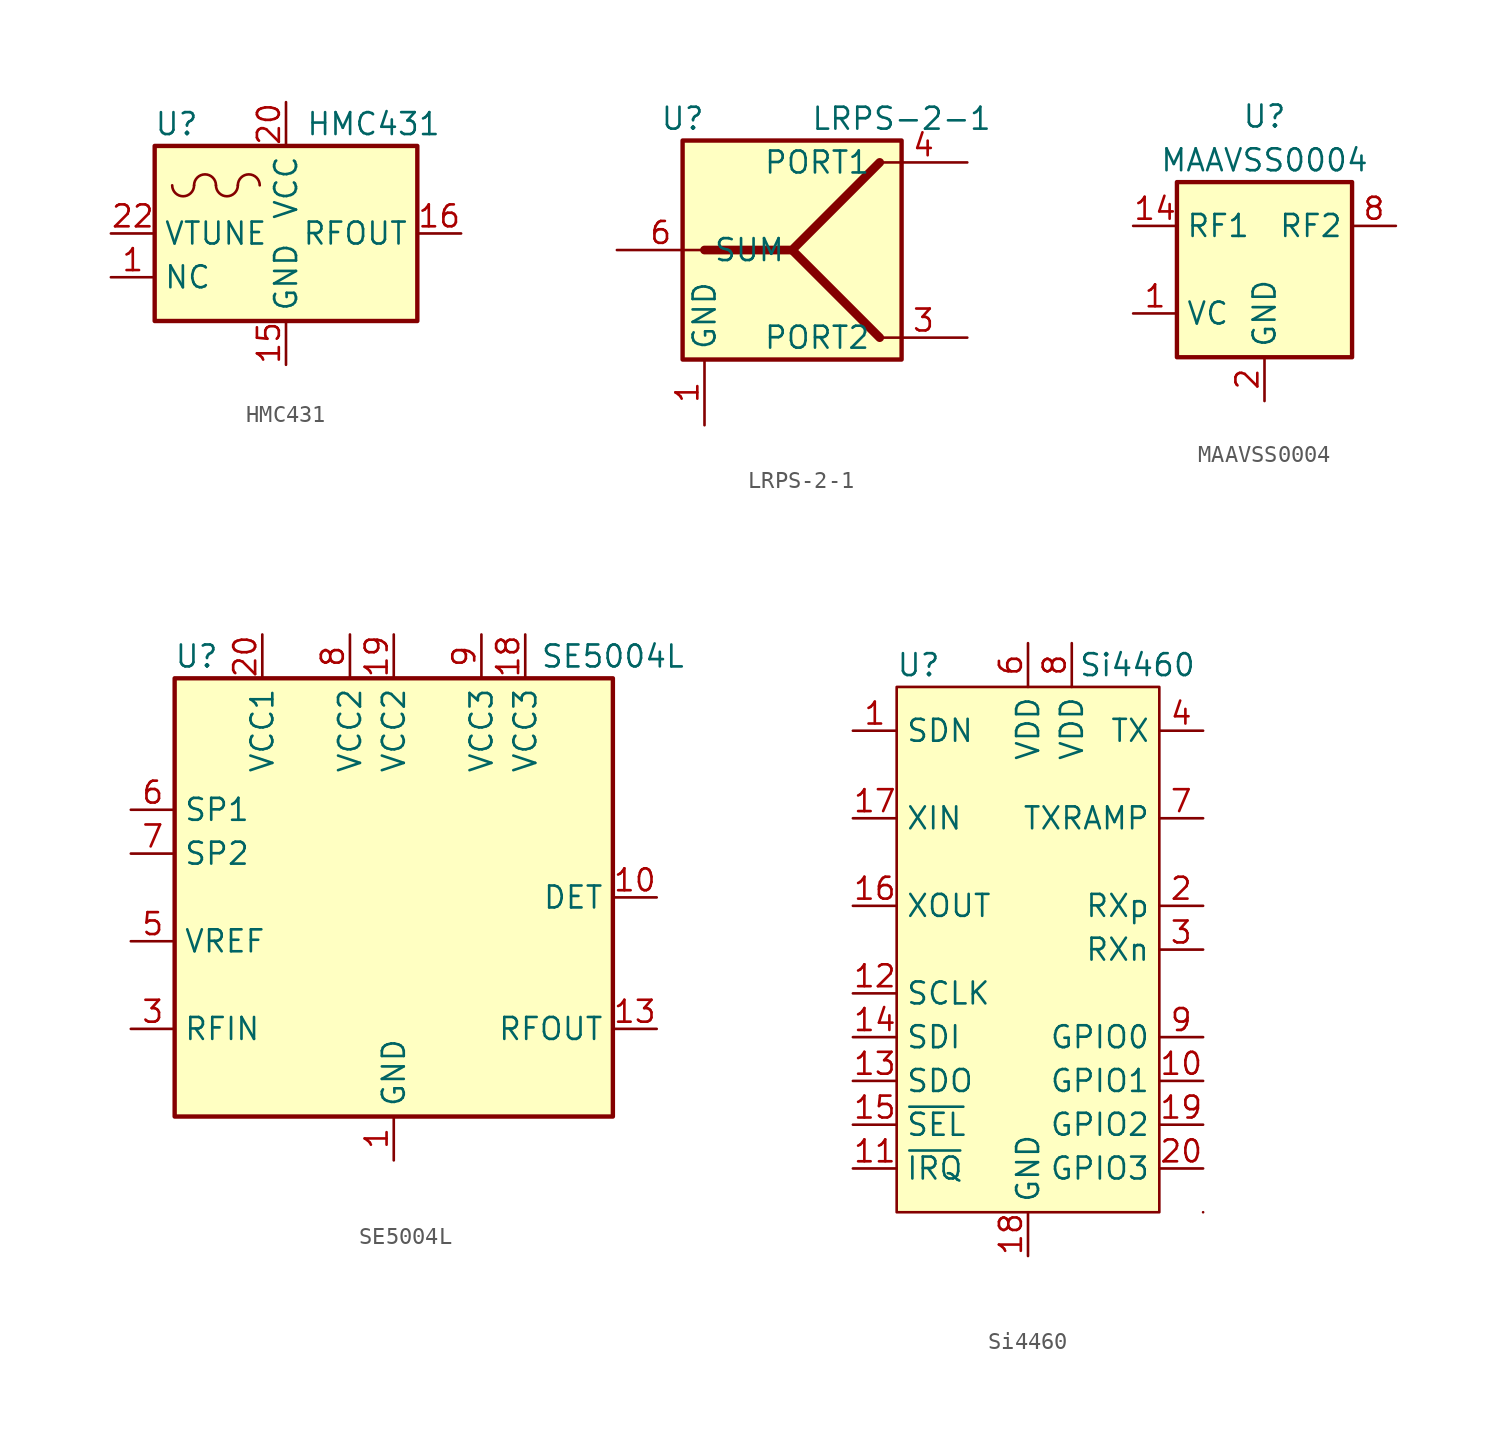
<source format=kicad_sym>
(kicad_symbol_lib
  (version 20201005)
  (generator kicad_symbol_editor)
  (symbol "HMC431"
    (property "Reference" "U"
      (at -6.35 6.35 0)
      (effects (font (size 1.27 1.27))))
    (property "Value" "HMC431"
      (at 5.08 6.35 0)
      (effects (font (size 1.27 1.27))))
    (symbol "HMC431_0_1"
      (arc (start -6.604 2.794) (end -5.334 2.794) (radius (at -5.969 2.794) (length 0.635) (angles -179.9 -0.1)) (stroke (width 0)) (fill (type none)))
      (arc (start -4.064 2.794) (end -5.334 2.794) (radius (at -4.699 2.794) (length 0.635) (angles 0.1 179.9)) (stroke (width 0)) (fill (type none)))
      (arc (start -4.064 2.794) (end -2.794 2.794) (radius (at -3.429 2.794) (length 0.635) (angles -179.9 -0.1)) (stroke (width 0)) (fill (type none)))
      (arc (start -1.524 2.794) (end -2.794 2.794) (radius (at -2.159 2.794) (length 0.635) (angles 0.1 179.9)) (stroke (width 0)) (fill (type none)))
      (rectangle (start -7.62 5.08) (end 7.62 -5.08) (stroke (width 0.254)) (fill (type background))))
    (symbol "HMC431_1_1"
      (pin passive line (at -10.16 -2.54 0) (length 2.54) (name "NC" (effects (font (size 1.27 1.27)))) (number "1" (effects (font (size 1.27 1.27)))))
      (pin passive line (at -10.16 -2.54 0) (length 2.54) hide (name "NC" (effects (font (size 1.27 1.27)))) (number "10" (effects (font (size 1.27 1.27)))))
      (pin passive line (at -10.16 -2.54 0) (length 2.54) hide (name "NC" (effects (font (size 1.27 1.27)))) (number "11" (effects (font (size 1.27 1.27)))))
      (pin passive line (at -10.16 -2.54 0) (length 2.54) hide (name "NC" (effects (font (size 1.27 1.27)))) (number "12" (effects (font (size 1.27 1.27)))))
      (pin passive line (at -10.16 -2.54 0) (length 2.54) hide (name "NC" (effects (font (size 1.27 1.27)))) (number "13" (effects (font (size 1.27 1.27)))))
      (pin passive line (at -10.16 -2.54 0) (length 2.54) hide (name "NC" (effects (font (size 1.27 1.27)))) (number "14" (effects (font (size 1.27 1.27)))))
      (pin power_in line (at 0 -7.62 90) (length 2.54) (name "GND" (effects (font (size 1.27 1.27)))) (number "15" (effects (font (size 1.27 1.27)))))
      (pin output line (at 10.16 0 180) (length 2.54) (name "RFOUT" (effects (font (size 1.27 1.27)))) (number "16" (effects (font (size 1.27 1.27)))))
      (pin passive line (at -10.16 -2.54 0) (length 2.54) hide (name "NC" (effects (font (size 1.27 1.27)))) (number "17" (effects (font (size 1.27 1.27)))))
      (pin passive line (at -10.16 -2.54 0) (length 2.54) hide (name "NC" (effects (font (size 1.27 1.27)))) (number "18" (effects (font (size 1.27 1.27)))))
      (pin passive line (at -10.16 -2.54 0) (length 2.54) hide (name "NC" (effects (font (size 1.27 1.27)))) (number "19" (effects (font (size 1.27 1.27)))))
      (pin passive line (at -10.16 -2.54 0) (length 2.54) hide (name "NC" (effects (font (size 1.27 1.27)))) (number "2" (effects (font (size 1.27 1.27)))))
      (pin power_in line (at 0 7.62 270) (length 2.54) (name "VCC" (effects (font (size 1.27 1.27)))) (number "20" (effects (font (size 1.27 1.27)))))
      (pin passive line (at -10.16 -2.54 0) (length 2.54) hide (name "NC" (effects (font (size 1.27 1.27)))) (number "21" (effects (font (size 1.27 1.27)))))
      (pin input line (at -10.16 0 0) (length 2.54) (name "VTUNE" (effects (font (size 1.27 1.27)))) (number "22" (effects (font (size 1.27 1.27)))))
      (pin passive line (at -10.16 -2.54 0) (length 2.54) hide (name "NC" (effects (font (size 1.27 1.27)))) (number "23" (effects (font (size 1.27 1.27)))))
      (pin passive line (at -10.16 -2.54 0) (length 2.54) hide (name "NC" (effects (font (size 1.27 1.27)))) (number "24" (effects (font (size 1.27 1.27)))))
      (pin passive line (at 0 -7.62 90) (length 2.54) hide (name "GND" (effects (font (size 1.27 1.27)))) (number "25" (effects (font (size 1.27 1.27)))))
      (pin passive line (at -10.16 -2.54 0) (length 2.54) hide (name "NC" (effects (font (size 1.27 1.27)))) (number "3" (effects (font (size 1.27 1.27)))))
      (pin passive line (at -10.16 -2.54 0) (length 2.54) hide (name "NC" (effects (font (size 1.27 1.27)))) (number "4" (effects (font (size 1.27 1.27)))))
      (pin passive line (at -10.16 -2.54 0) (length 2.54) hide (name "NC" (effects (font (size 1.27 1.27)))) (number "5" (effects (font (size 1.27 1.27)))))
      (pin passive line (at -10.16 -2.54 0) (length 2.54) hide (name "NC" (effects (font (size 1.27 1.27)))) (number "6" (effects (font (size 1.27 1.27)))))
      (pin passive line (at -10.16 -2.54 0) (length 2.54) hide (name "NC" (effects (font (size 1.27 1.27)))) (number "7" (effects (font (size 1.27 1.27)))))
      (pin passive line (at -10.16 -2.54 0) (length 2.54) hide (name "NC" (effects (font (size 1.27 1.27)))) (number "8" (effects (font (size 1.27 1.27)))))
      (pin passive line (at -10.16 -2.54 0) (length 2.54) hide (name "NC" (effects (font (size 1.27 1.27)))) (number "9" (effects (font (size 1.27 1.27)))))))
  (symbol "LRPS-2-1"
    (property "Reference" "U"
      (at -6.35 7.62 0)
      (effects (font (size 1.27 1.27))))
    (property "Value" "LRPS-2-1"
      (at 6.35 7.62 0)
      (effects (font (size 1.27 1.27))))
    (symbol "LRPS-2-1_0_1"
      (rectangle (start -6.35 6.35) (end 6.35 -6.35) (stroke (width 0.254)) (fill (type background)))
      (polyline (pts (xy 0 0) (xy 5.08 -5.08)) (stroke (width 0.508)) (fill (type none)))
      (polyline (pts (xy -5.08 0) (xy 0 0) (xy 5.08 5.08)) (stroke (width 0.508)) (fill (type none))))
    (symbol "LRPS-2-1_1_1"
      (pin passive line (at -5.08 -10.16 90) (length 3.81) (name "GND" (effects (font (size 1.27 1.27)))) (number "1" (effects (font (size 1.27 1.27)))))
      (pin no_connect line (at 5.08 2.54 180) (length 5.08) hide (name "NC" (effects (font (size 1.27 1.27)))) (number "2" (effects (font (size 1.27 1.27)))))
      (pin passive line (at 10.16 -5.08 180) (length 5.08) (name "PORT2" (effects (font (size 1.27 1.27)))) (number "3" (effects (font (size 1.27 1.27)))))
      (pin passive line (at 10.16 5.08 180) (length 5.08) (name "PORT1" (effects (font (size 1.27 1.27)))) (number "4" (effects (font (size 1.27 1.27)))))
      (pin no_connect line (at 5.08 -2.54 180) (length 5.08) hide (name "NC" (effects (font (size 1.27 1.27)))) (number "5" (effects (font (size 1.27 1.27)))))
      (pin passive line (at -10.16 0 0) (length 5.08) (name "SUM" (effects (font (size 1.27 1.27)))) (number "6" (effects (font (size 1.27 1.27)))))))
  (symbol "MAAVSS0004"
    (property "Reference" "U"
      (at 0 8.89 0)
      (effects (font (size 1.27 1.27))))
    (property "Value" "MAAVSS0004"
      (at 0 6.35 0)
      (effects (font (size 1.27 1.27))))
    (symbol "MAAVSS0004_0_1"
      (rectangle (start -5.08 5.08) (end 5.08 -5.08) (stroke (width 0.254)) (fill (type background))))
    (symbol "MAAVSS0004_1_1"
      (pin input line (at -7.62 -2.54 0) (length 2.54) (name "VC" (effects (font (size 1.27 1.27)))) (number "1" (effects (font (size 1.27 1.27)))))
      (pin passive line (at 0 -7.62 90) (length 2.54) hide (name "GND" (effects (font (size 1.27 1.27)))) (number "10" (effects (font (size 1.27 1.27)))))
      (pin passive line (at 0 -7.62 90) (length 2.54) hide (name "GND" (effects (font (size 1.27 1.27)))) (number "11" (effects (font (size 1.27 1.27)))))
      (pin passive line (at 0 -7.62 90) (length 2.54) hide (name "GND" (effects (font (size 1.27 1.27)))) (number "12" (effects (font (size 1.27 1.27)))))
      (pin passive line (at 0 -7.62 90) (length 2.54) hide (name "GND" (effects (font (size 1.27 1.27)))) (number "13" (effects (font (size 1.27 1.27)))))
      (pin passive line (at -7.62 2.54 0) (length 2.54) (name "RF1" (effects (font (size 1.27 1.27)))) (number "14" (effects (font (size 1.27 1.27)))))
      (pin power_in line (at 0 -7.62 90) (length 2.54) (name "GND" (effects (font (size 1.27 1.27)))) (number "2" (effects (font (size 1.27 1.27)))))
      (pin passive line (at 0 -7.62 90) (length 2.54) hide (name "GND" (effects (font (size 1.27 1.27)))) (number "3" (effects (font (size 1.27 1.27)))))
      (pin passive line (at 0 -7.62 90) (length 2.54) hide (name "GND" (effects (font (size 1.27 1.27)))) (number "4" (effects (font (size 1.27 1.27)))))
      (pin passive line (at 0 -7.62 90) (length 2.54) hide (name "GND" (effects (font (size 1.27 1.27)))) (number "5" (effects (font (size 1.27 1.27)))))
      (pin passive line (at 0 -7.62 90) (length 2.54) hide (name "GND" (effects (font (size 1.27 1.27)))) (number "6" (effects (font (size 1.27 1.27)))))
      (pin passive line (at 0 -7.62 90) (length 2.54) hide (name "GND" (effects (font (size 1.27 1.27)))) (number "7" (effects (font (size 1.27 1.27)))))
      (pin passive line (at 7.62 2.54 180) (length 2.54) (name "RF2" (effects (font (size 1.27 1.27)))) (number "8" (effects (font (size 1.27 1.27)))))
      (pin passive line (at 0 -7.62 90) (length 2.54) hide (name "GND" (effects (font (size 1.27 1.27)))) (number "9" (effects (font (size 1.27 1.27)))))))
  (symbol "SE5004L"
    (property "Reference" "U"
      (at -11.43 13.97 0)
      (effects (font (size 1.27 1.27))))
    (property "Value" "SE5004L"
      (at 12.7 13.97 0)
      (effects (font (size 1.27 1.27))))
    (symbol "SE5004L_0_1"
      (rectangle (start -12.7 12.7) (end 12.7 -12.7) (stroke (width 0.254)) (fill (type background))))
    (symbol "SE5004L_1_1"
      (pin power_in line (at 0 -15.24 90) (length 2.54) (name "GND" (effects (font (size 1.27 1.27)))) (number "1" (effects (font (size 1.27 1.27)))))
      (pin output line (at 15.24 0 180) (length 2.54) (name "DET" (effects (font (size 1.27 1.27)))) (number "10" (effects (font (size 1.27 1.27)))))
      (pin passive line (at 0 -15.24 90) (length 2.54) hide (name "GND" (effects (font (size 1.27 1.27)))) (number "11" (effects (font (size 1.27 1.27)))))
      (pin passive line (at 0 -15.24 90) (length 2.54) hide (name "GND" (effects (font (size 1.27 1.27)))) (number "12" (effects (font (size 1.27 1.27)))))
      (pin output line (at 15.24 -7.62 180) (length 2.54) (name "RFOUT" (effects (font (size 1.27 1.27)))) (number "13" (effects (font (size 1.27 1.27)))))
      (pin passive line (at 0 -15.24 90) (length 2.54) hide (name "GND" (effects (font (size 1.27 1.27)))) (number "14" (effects (font (size 1.27 1.27)))))
      (pin passive line (at 0 -15.24 90) (length 2.54) hide (name "GND" (effects (font (size 1.27 1.27)))) (number "15" (effects (font (size 1.27 1.27)))))
      (pin passive line (at 0 -15.24 90) (length 2.54) hide (name "GND" (effects (font (size 1.27 1.27)))) (number "16" (effects (font (size 1.27 1.27)))))
      (pin passive line (at 0 -15.24 90) (length 2.54) hide (name "GND" (effects (font (size 1.27 1.27)))) (number "17" (effects (font (size 1.27 1.27)))))
      (pin power_in line (at 7.62 15.24 270) (length 2.54) (name "VCC3" (effects (font (size 1.27 1.27)))) (number "18" (effects (font (size 1.27 1.27)))))
      (pin power_in line (at 0 15.24 270) (length 2.54) (name "VCC2" (effects (font (size 1.27 1.27)))) (number "19" (effects (font (size 1.27 1.27)))))
      (pin passive line (at 0 -15.24 90) (length 2.54) hide (name "GND" (effects (font (size 1.27 1.27)))) (number "2" (effects (font (size 1.27 1.27)))))
      (pin power_in line (at -7.62 15.24 270) (length 2.54) (name "VCC1" (effects (font (size 1.27 1.27)))) (number "20" (effects (font (size 1.27 1.27)))))
      (pin passive line (at 0 -15.24 90) (length 2.54) hide (name "GND" (effects (font (size 1.27 1.27)))) (number "21" (effects (font (size 1.27 1.27)))))
      (pin input line (at -15.24 -7.62 0) (length 2.54) (name "RFIN" (effects (font (size 1.27 1.27)))) (number "3" (effects (font (size 1.27 1.27)))))
      (pin passive line (at 0 -15.24 90) (length 2.54) hide (name "GND" (effects (font (size 1.27 1.27)))) (number "4" (effects (font (size 1.27 1.27)))))
      (pin input line (at -15.24 -2.54 0) (length 2.54) (name "VREF" (effects (font (size 1.27 1.27)))) (number "5" (effects (font (size 1.27 1.27)))))
      (pin passive line (at -15.24 5.08 0) (length 2.54) (name "SP1" (effects (font (size 1.27 1.27)))) (number "6" (effects (font (size 1.27 1.27)))))
      (pin passive line (at -15.24 2.54 0) (length 2.54) (name "SP2" (effects (font (size 1.27 1.27)))) (number "7" (effects (font (size 1.27 1.27)))))
      (pin power_in line (at -2.54 15.24 270) (length 2.54) (name "VCC2" (effects (font (size 1.27 1.27)))) (number "8" (effects (font (size 1.27 1.27)))))
      (pin power_in line (at 5.08 15.24 270) (length 2.54) (name "VCC3" (effects (font (size 1.27 1.27)))) (number "9" (effects (font (size 1.27 1.27)))))))
  (symbol "Si4460"
    (property "Reference" "U"
      (at -6.35 16.51 0)
      (effects (font (size 1.27 1.27))))
    (property "Value" "Si4460"
      (at 6.35 16.51 0)
      (effects (font (size 1.27 1.27))))
    (symbol "Si4460_0_1"
      (rectangle (start 10.16 -15.24) (end 10.16 -15.24) (stroke (width 0)) (fill (type none)))
      (rectangle (start -7.62 15.24) (end 7.62 -15.24) (stroke (width 0)) (fill (type background))))
    (symbol "Si4460_1_1"
      (pin input line (at -10.16 12.7 0) (length 2.54) (name "SDN" (effects (font (size 1.27 1.27)))) (number "1" (effects (font (size 1.27 1.27)))))
      (pin bidirectional line (at 10.16 -7.62 180) (length 2.54) (name "GPIO1" (effects (font (size 1.27 1.27)))) (number "10" (effects (font (size 1.27 1.27)))))
      (pin open_collector line (at -10.16 -12.7 0) (length 2.54) (name "~IRQ" (effects (font (size 1.27 1.27)))) (number "11" (effects (font (size 1.27 1.27)))))
      (pin input line (at -10.16 -2.54 0) (length 2.54) (name "SCLK" (effects (font (size 1.27 1.27)))) (number "12" (effects (font (size 1.27 1.27)))))
      (pin output line (at -10.16 -7.62 0) (length 2.54) (name "SDO" (effects (font (size 1.27 1.27)))) (number "13" (effects (font (size 1.27 1.27)))))
      (pin input line (at -10.16 -5.08 0) (length 2.54) (name "SDI" (effects (font (size 1.27 1.27)))) (number "14" (effects (font (size 1.27 1.27)))))
      (pin input line (at -10.16 -10.16 0) (length 2.54) (name "~SEL" (effects (font (size 1.27 1.27)))) (number "15" (effects (font (size 1.27 1.27)))))
      (pin passive line (at -10.16 2.54 0) (length 2.54) (name "XOUT" (effects (font (size 1.27 1.27)))) (number "16" (effects (font (size 1.27 1.27)))))
      (pin input line (at -10.16 7.62 0) (length 2.54) (name "XIN" (effects (font (size 1.27 1.27)))) (number "17" (effects (font (size 1.27 1.27)))))
      (pin power_in line (at 0 -17.78 90) (length 2.54) (name "GND" (effects (font (size 1.27 1.27)))) (number "18" (effects (font (size 1.27 1.27)))))
      (pin bidirectional line (at 10.16 -10.16 180) (length 2.54) (name "GPIO2" (effects (font (size 1.27 1.27)))) (number "19" (effects (font (size 1.27 1.27)))))
      (pin input line (at 10.16 2.54 180) (length 2.54) (name "RXp" (effects (font (size 1.27 1.27)))) (number "2" (effects (font (size 1.27 1.27)))))
      (pin bidirectional line (at 10.16 -12.7 180) (length 2.54) (name "GPIO3" (effects (font (size 1.27 1.27)))) (number "20" (effects (font (size 1.27 1.27)))))
      (pin power_in line (at 0 -17.78 90) (length 2.54) hide (name "GND" (effects (font (size 1.27 1.27)))) (number "21" (effects (font (size 1.27 1.27)))))
      (pin input line (at 10.16 0 180) (length 2.54) (name "RXn" (effects (font (size 1.27 1.27)))) (number "3" (effects (font (size 1.27 1.27)))))
      (pin output line (at 10.16 12.7 180) (length 2.54) (name "TX" (effects (font (size 1.27 1.27)))) (number "4" (effects (font (size 1.27 1.27)))))
      (pin no_connect line (at 7.62 -15.24 180) (length 2.54) hide (name "NC" (effects (font (size 1.27 1.27)))) (number "5" (effects (font (size 1.27 1.27)))))
      (pin power_in line (at 0 17.78 270) (length 2.54) (name "VDD" (effects (font (size 1.27 1.27)))) (number "6" (effects (font (size 1.27 1.27)))))
      (pin output line (at 10.16 7.62 180) (length 2.54) (name "TXRAMP" (effects (font (size 1.27 1.27)))) (number "7" (effects (font (size 1.27 1.27)))))
      (pin power_in line (at 2.54 17.78 270) (length 2.54) (name "VDD" (effects (font (size 1.27 1.27)))) (number "8" (effects (font (size 1.27 1.27)))))
      (pin bidirectional line (at 10.16 -5.08 180) (length 2.54) (name "GPIO0" (effects (font (size 1.27 1.27)))) (number "9" (effects (font (size 1.27 1.27))))))))
</source>
